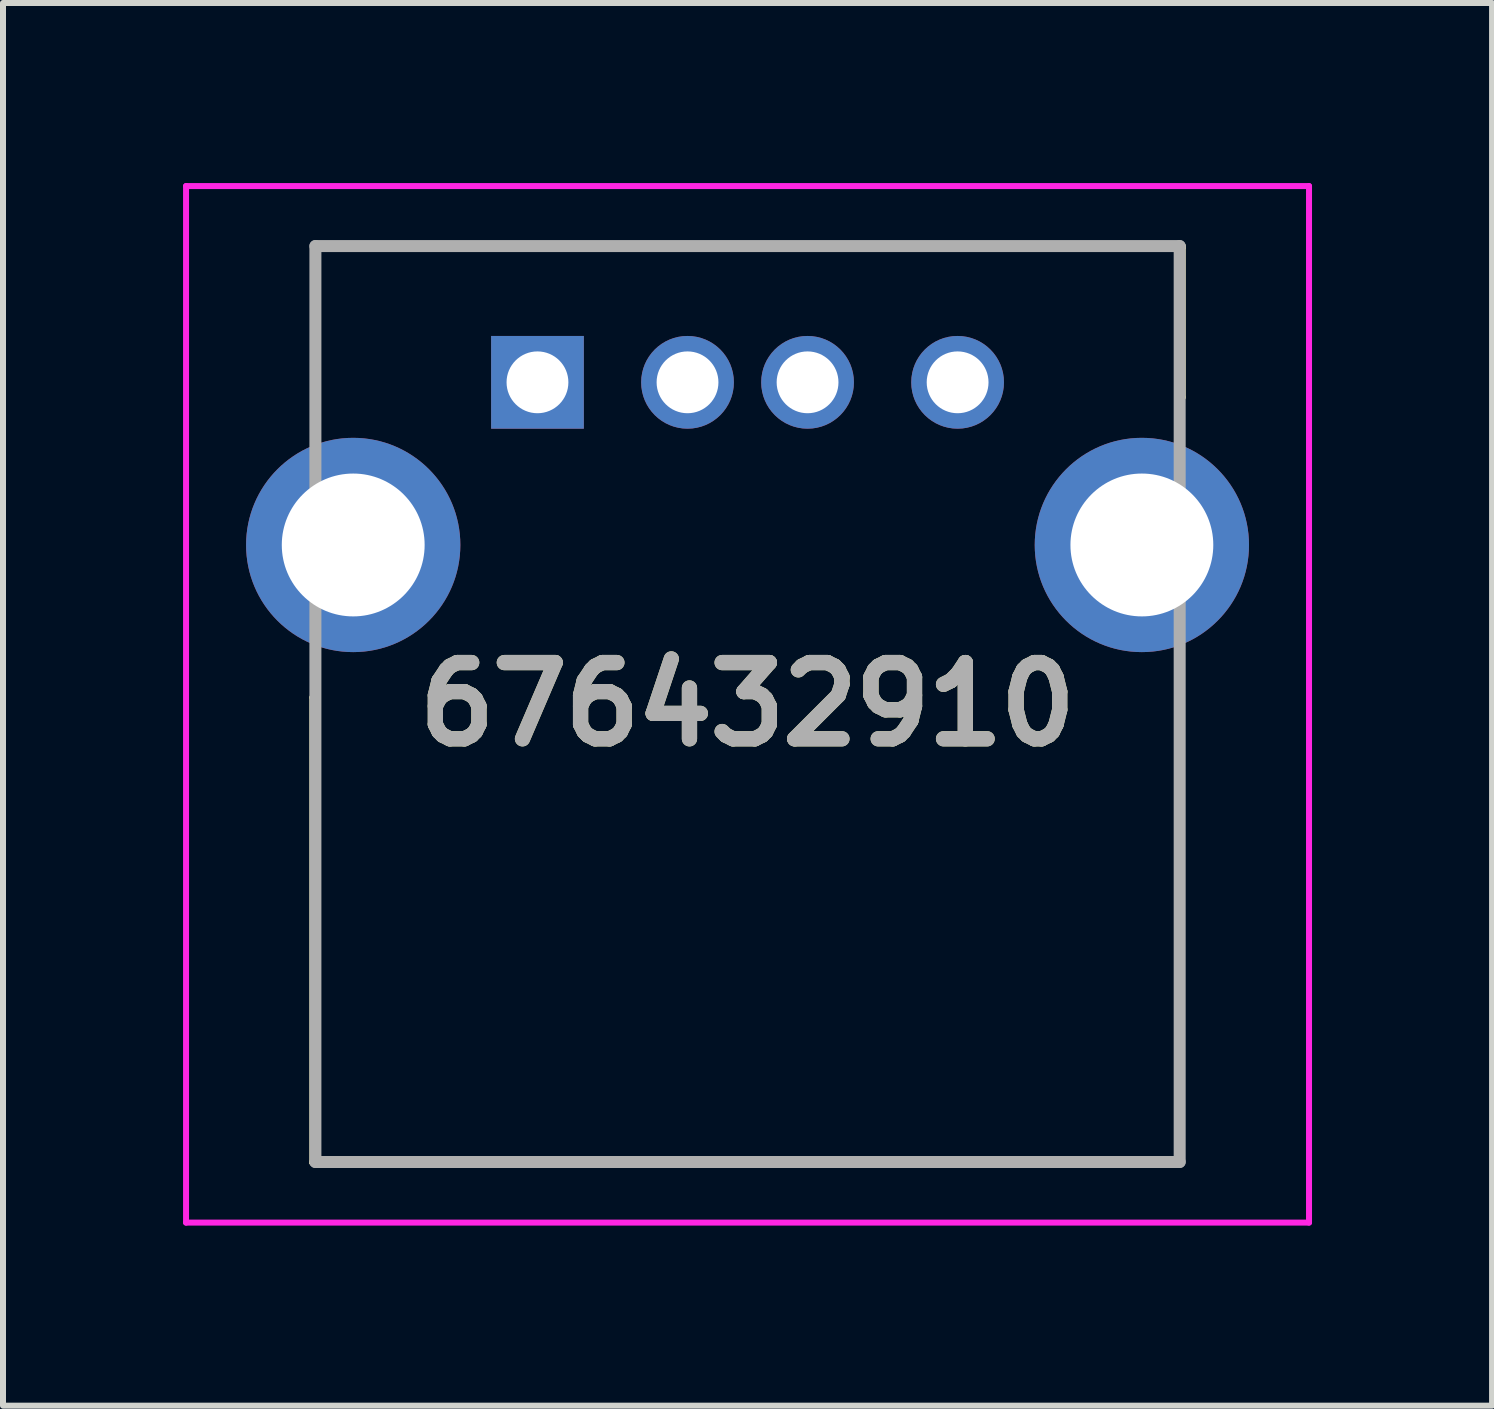
<source format=kicad_pcb>
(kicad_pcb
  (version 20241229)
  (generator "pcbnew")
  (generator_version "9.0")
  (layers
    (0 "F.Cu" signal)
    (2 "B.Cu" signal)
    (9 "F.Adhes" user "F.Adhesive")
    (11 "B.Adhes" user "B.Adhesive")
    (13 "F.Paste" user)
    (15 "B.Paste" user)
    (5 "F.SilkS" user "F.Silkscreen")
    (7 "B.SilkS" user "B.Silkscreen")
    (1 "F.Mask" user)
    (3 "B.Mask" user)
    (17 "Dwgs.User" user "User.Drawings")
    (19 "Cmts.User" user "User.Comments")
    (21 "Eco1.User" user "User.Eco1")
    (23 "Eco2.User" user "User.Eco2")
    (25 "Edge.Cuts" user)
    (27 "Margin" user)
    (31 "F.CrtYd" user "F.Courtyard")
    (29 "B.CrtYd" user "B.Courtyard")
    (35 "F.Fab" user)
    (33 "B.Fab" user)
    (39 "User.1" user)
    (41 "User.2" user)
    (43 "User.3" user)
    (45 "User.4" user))
  (footprint "676432910"
    (layer "F.Cu")
    (at 5.905 3.32)
    (property "Reference" "676432910" (at 3.5 5.365 0) (layer "F.SilkS") (effects (font (size 1.27 1.27) (thickness 0.254))))
    (attr through_hole)
    (fp_line (start -3.75 5.25) (end -3.75 13) (stroke (width 0.1) (type solid)) (layer "F.SilkS"))
    (fp_line (start -3.75 12.99) (end -3.75 13) (stroke (width 0.1) (type solid)) (layer "F.SilkS"))
    (fp_line (start -3.75 13) (end -3.7 13) (stroke (width 0.1) (type solid)) (layer "F.SilkS"))
    (fp_line (start -3.75 13) (end 10.7 13) (stroke (width 0.1) (type solid)) (layer "F.SilkS"))
    (fp_line (start -3.7 -2.27) (end -3.7 -2.27) (stroke (width 0.1) (type solid)) (layer "F.SilkS"))
    (fp_line (start -3.7 -2.27) (end -3.7 0.25) (stroke (width 0.1) (type solid)) (layer "F.SilkS"))
    (fp_line (start -3.7 -2.27) (end 10.75 -2.27) (stroke (width 0.1) (type solid)) (layer "F.SilkS"))
    (fp_line (start -3.7 -2.25) (end -3.7 -2.27) (stroke (width 0.1) (type solid)) (layer "F.SilkS"))
    (fp_line (start -3.7 0.25) (end -3.7 -2.27) (stroke (width 0.1) (type solid)) (layer "F.SilkS"))
    (fp_line (start -3.7 0.25) (end -3.7 0.25) (stroke (width 0.1) (type solid)) (layer "F.SilkS"))
    (fp_line (start -3.7 5.25) (end -3.75 5.25) (stroke (width 0.1) (type solid)) (layer "F.SilkS"))
    (fp_line (start -3.7 13) (end -3.7 5.25) (stroke (width 0.1) (type solid)) (layer "F.SilkS"))
    (fp_line (start 10.7 -2.25) (end 10.7 0.25) (stroke (width 0.1) (type solid)) (layer "F.SilkS"))
    (fp_line (start 10.7 0.25) (end 10.75 0.25) (stroke (width 0.1) (type solid)) (layer "F.SilkS"))
    (fp_line (start 10.7 5.5) (end 10.7 5.5) (stroke (width 0.1) (type solid)) (layer "F.SilkS"))
    (fp_line (start 10.7 5.5) (end 10.7 12.99) (stroke (width 0.1) (type solid)) (layer "F.SilkS"))
    (fp_line (start 10.7 12.99) (end -3.75 12.99) (stroke (width 0.1) (type solid)) (layer "F.SilkS"))
    (fp_line (start 10.7 12.99) (end 10.7 5.5) (stroke (width 0.1) (type solid)) (layer "F.SilkS"))
    (fp_line (start 10.7 12.99) (end 10.7 12.99) (stroke (width 0.1) (type solid)) (layer "F.SilkS"))
    (fp_line (start 10.7 13) (end 10.7 12.99) (stroke (width 0.1) (type solid)) (layer "F.SilkS"))
    (fp_line (start 10.75 -2.27) (end 10.75 -2.25) (stroke (width 0.1) (type solid)) (layer "F.SilkS"))
    (fp_line (start 10.75 -2.25) (end -3.7 -2.25) (stroke (width 0.1) (type solid)) (layer "F.SilkS"))
    (fp_line (start 10.75 -2.25) (end 10.7 -2.25) (stroke (width 0.1) (type solid)) (layer "F.SilkS"))
    (fp_line (start 10.75 0.25) (end 10.75 -2.25) (stroke (width 0.1) (type solid)) (layer "F.SilkS"))
    (fp_line (start -5.855 -3.27) (end 12.855 -3.27) (stroke (width 0.1) (type solid)) (layer "F.CrtYd"))
    (fp_line (start -5.855 14) (end -5.855 -3.27) (stroke (width 0.1) (type solid)) (layer "F.CrtYd"))
    (fp_line (start 12.855 -3.27) (end 12.855 14) (stroke (width 0.1) (type solid)) (layer "F.CrtYd"))
    (fp_line (start 12.855 14) (end -5.855 14) (stroke (width 0.1) (type solid)) (layer "F.CrtYd"))
    (fp_line (start -3.7 -2.27) (end -3.7 12.99) (stroke (width 0.2) (type solid)) (layer "F.Fab"))
    (fp_line (start -3.7 12.99) (end 10.7 12.99) (stroke (width 0.2) (type solid)) (layer "F.Fab"))
    (fp_line (start 10.7 -2.27) (end -3.7 -2.27) (stroke (width 0.2) (type solid)) (layer "F.Fab"))
    (fp_line (start 10.7 12.99) (end 10.7 -2.27) (stroke (width 0.2) (type solid)) (layer "F.Fab"))
    (fp_text user "${REFERENCE}" (at 3.5 5.365 0) (layer "F.Fab") (effects (font (size 1.27 1.27) (thickness 0.254))))
    (pad "1" thru_hole rect (at 0 0) (size 1.545 1.545) (drill 1.03) (layers "*.Cu" "*.Mask"))
    (pad "2" thru_hole circle (at 2.5 0) (size 1.545 1.545) (drill 1.03) (layers "*.Cu" "*.Mask"))
    (pad "3" thru_hole circle (at 4.5 0) (size 1.545 1.545) (drill 1.03) (layers "*.Cu" "*.Mask"))
    (pad "4" thru_hole circle (at 7 0) (size 1.545 1.545) (drill 1.03) (layers "*.Cu" "*.Mask"))
    (pad "MH1" thru_hole circle (at -3.07 2.71) (size 3.57 3.57) (drill 2.38) (layers "*.Cu" "*.Mask"))
    (pad "MH2" thru_hole circle (at 10.07 2.71) (size 3.57 3.57) (drill 2.38) (layers "*.Cu" "*.Mask")))
  (gr_rect
    (start -3 -3)
    (end 21.81 20.37)
    (stroke (width 0.1) (type default))
    (fill no)
    (layer "Edge.Cuts")))
</source>
